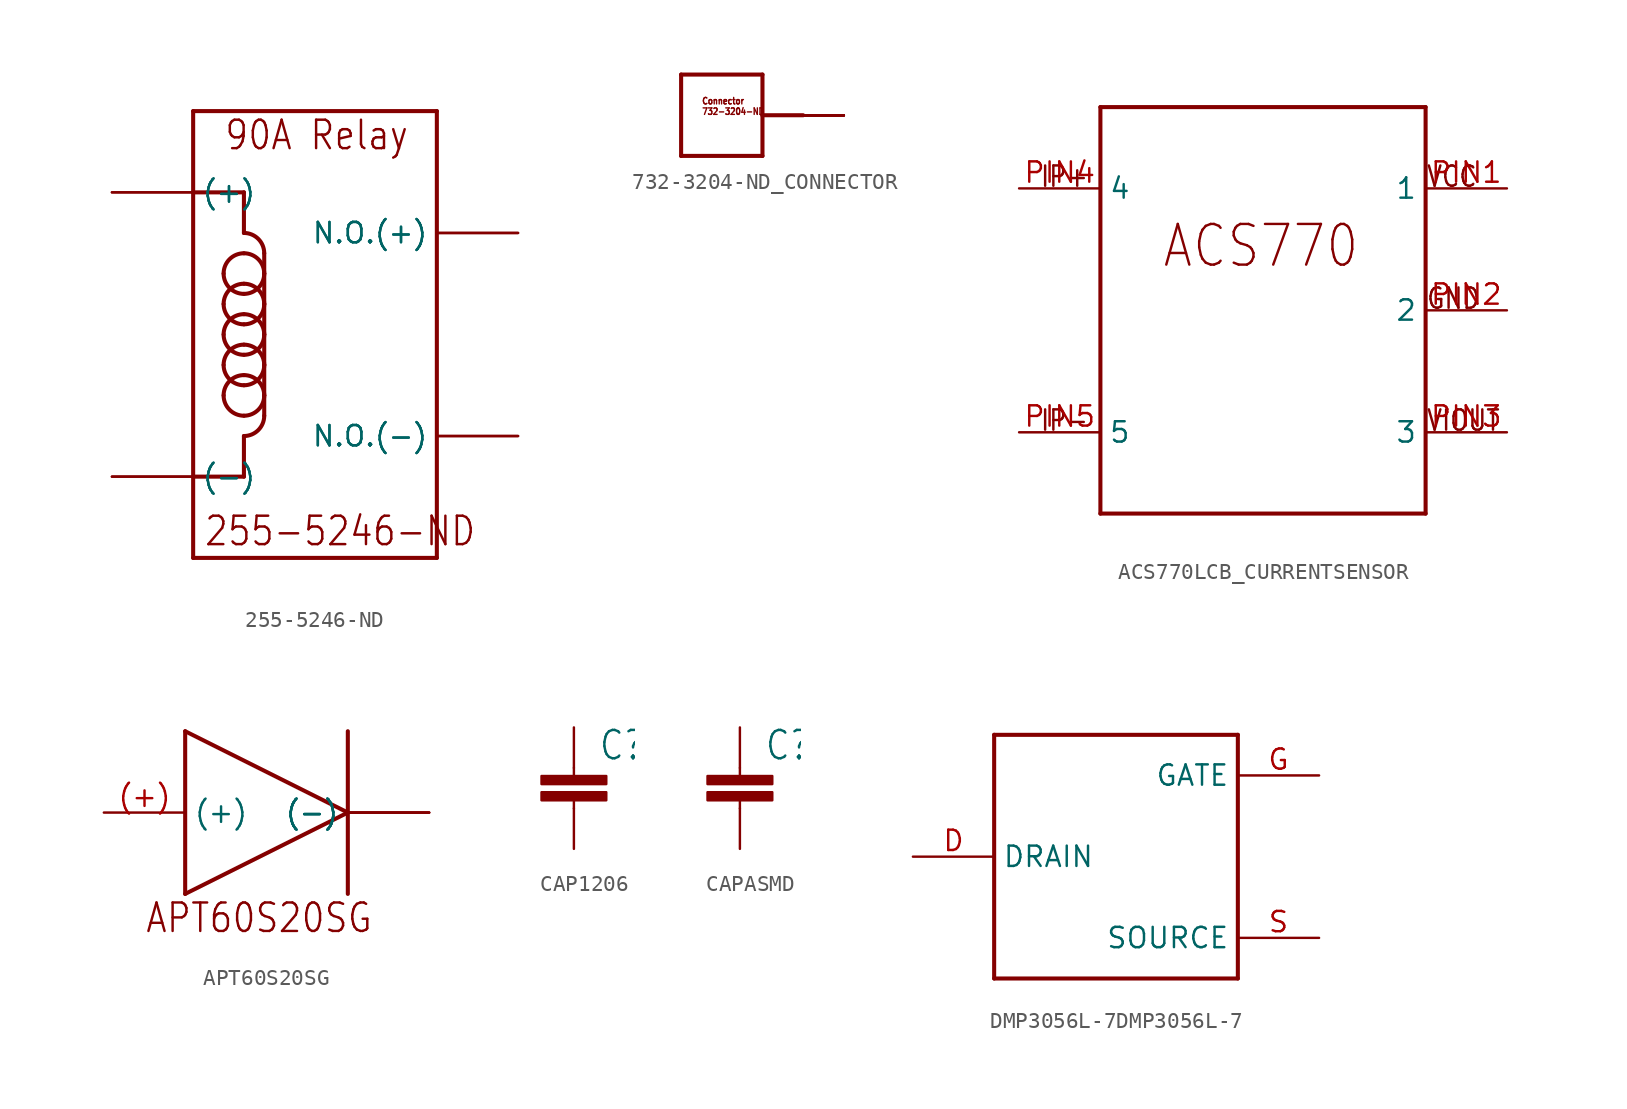
<source format=kicad_sym>
(kicad_symbol_lib
  (version 20220914)
  (generator kicad_symbol_editor)
  (symbol "255-5246-ND"
    (property "Reference" ""
      (at 0 0 0)
      (effects (font (size 1.27 1.27)) hide))
    (property "ki_locked" ""
      (at 0 0 0)
      (effects (font (size 1.27 1.27))))
    (symbol "255-5246-ND_1_0"
      (arc (start -15.875 2.54) (mid -15.503 1.642) (end -14.605 1.27) (stroke (width 0.254) (type solid)) (fill (type none)))
      (arc (start -15.875 4.445) (mid -15.503 3.547) (end -14.605 3.175) (stroke (width 0.254) (type solid)) (fill (type none)))
      (arc (start -15.875 6.35) (mid -15.503 5.452) (end -14.605 5.08) (stroke (width 0.254) (type solid)) (fill (type none)))
      (arc (start -15.875 8.255) (mid -15.503 7.357) (end -14.605 6.985) (stroke (width 0.254) (type solid)) (fill (type none)))
      (arc (start -15.875 10.16) (mid -15.503 9.262) (end -14.605 8.89) (stroke (width 0.254) (type solid)) (fill (type none)))
      (arc (start -14.605 0) (mid -13.707 0.372) (end -13.335 1.27) (stroke (width 0.254) (type solid)) (fill (type none)))
      (arc (start -14.605 1.27) (mid -13.707 1.642) (end -13.335 2.54) (stroke (width 0.254) (type solid)) (fill (type none)))
      (arc (start -14.605 3.175) (mid -13.707 3.547) (end -13.335 4.445) (stroke (width 0.254) (type solid)) (fill (type none)))
      (arc (start -14.605 3.81) (mid -15.503 3.438) (end -15.875 2.54) (stroke (width 0.254) (type solid)) (fill (type none)))
      (arc (start -14.605 5.08) (mid -13.707 5.452) (end -13.335 6.35) (stroke (width 0.254) (type solid)) (fill (type none)))
      (arc (start -14.605 5.715) (mid -15.503 5.343) (end -15.875 4.445) (stroke (width 0.254) (type solid)) (fill (type none)))
      (arc (start -14.605 6.985) (mid -13.707 7.357) (end -13.335 8.255) (stroke (width 0.254) (type solid)) (fill (type none)))
      (arc (start -14.605 7.62) (mid -15.503 7.248) (end -15.875 6.35) (stroke (width 0.254) (type solid)) (fill (type none)))
      (arc (start -14.605 8.89) (mid -13.707 9.262) (end -13.335 10.16) (stroke (width 0.254) (type solid)) (fill (type none)))
      (arc (start -14.605 9.525) (mid -15.503 9.153) (end -15.875 8.255) (stroke (width 0.254) (type solid)) (fill (type none)))
      (arc (start -14.605 11.43) (mid -15.503 11.058) (end -15.875 10.16) (stroke (width 0.254) (type solid)) (fill (type none)))
      (arc (start -13.335 2.54) (mid -13.707 3.438) (end -14.605 3.81) (stroke (width 0.254) (type solid)) (fill (type none)))
      (arc (start -13.335 4.445) (mid -13.707 5.343) (end -14.605 5.715) (stroke (width 0.254) (type solid)) (fill (type none)))
      (arc (start -13.335 6.35) (mid -13.707 7.248) (end -14.605 7.62) (stroke (width 0.254) (type solid)) (fill (type none)))
      (arc (start -13.335 8.255) (mid -13.707 9.153) (end -14.605 9.525) (stroke (width 0.254) (type solid)) (fill (type none)))
      (arc (start -13.335 10.16) (mid -13.707 11.058) (end -14.605 11.43) (stroke (width 0.254) (type solid)) (fill (type none)))
      (arc (start -13.335 11.43) (mid -13.707 12.328) (end -14.605 12.7) (stroke (width 0.254) (type solid)) (fill (type none)))
      (polyline (pts (xy -17.78 -7.62) (xy -17.78 -2.54)) (stroke (width 0.254) (type solid)) (fill (type none)))
      (polyline (pts (xy -17.78 -2.54) (xy -17.78 15.24)) (stroke (width 0.254) (type solid)) (fill (type none)))
      (polyline (pts (xy -17.78 -2.54) (xy -14.605 -2.54)) (stroke (width 0.254) (type solid)) (fill (type none)))
      (polyline (pts (xy -17.78 15.24) (xy -17.78 20.32)) (stroke (width 0.254) (type solid)) (fill (type none)))
      (polyline (pts (xy -17.78 15.24) (xy -14.605 15.24)) (stroke (width 0.254) (type solid)) (fill (type none)))
      (polyline (pts (xy -17.78 20.32) (xy -2.54 20.32)) (stroke (width 0.254) (type solid)) (fill (type none)))
      (polyline (pts (xy -14.605 -2.54) (xy -14.605 0)) (stroke (width 0.254) (type solid)) (fill (type none)))
      (polyline (pts (xy -14.605 15.24) (xy -14.605 12.7)) (stroke (width 0.254) (type solid)) (fill (type none)))
      (polyline (pts (xy -13.335 1.27) (xy -13.335 2.54)) (stroke (width 0.254) (type solid)) (fill (type none)))
      (polyline (pts (xy -13.335 2.54) (xy -13.335 4.445)) (stroke (width 0.254) (type solid)) (fill (type none)))
      (polyline (pts (xy -13.335 4.445) (xy -13.335 6.35)) (stroke (width 0.254) (type solid)) (fill (type none)))
      (polyline (pts (xy -13.335 6.35) (xy -13.335 8.255)) (stroke (width 0.254) (type solid)) (fill (type none)))
      (polyline (pts (xy -13.335 8.255) (xy -13.335 10.16)) (stroke (width 0.254) (type solid)) (fill (type none)))
      (polyline (pts (xy -13.335 10.16) (xy -13.335 11.43)) (stroke (width 0.254) (type solid)) (fill (type none)))
      (polyline (pts (xy -2.54 -7.62) (xy -17.78 -7.62)) (stroke (width 0.254) (type solid)) (fill (type none)))
      (polyline (pts (xy -2.54 20.32) (xy -2.54 -7.62)) (stroke (width 0.254) (type solid)) (fill (type none)))
      (text "255-5246-ND" (at -17.145 -6.985 0) (effects (font (size 1.778 1.511)) (justify left bottom)))
      (text "90A Relay" (at -15.875 17.78 0) (effects (font (size 1.778 1.511)) (justify left bottom)))
      (pin bidirectional line (at -22.86 15.24 0) (length 5.08) (name "(+)" (effects (font (size 1.27 1.27)))) (number "(+)" (effects (font (size 0 0)))))
      (pin bidirectional line (at -22.86 15.24 0) (length 5.08) (name "(+)" (effects (font (size 1.27 1.27)))) (number "(++)" (effects (font (size 0 0)))))
      (pin bidirectional line (at -22.86 -2.54 0) (length 5.08) (name "(-)" (effects (font (size 1.27 1.27)))) (number "(-)" (effects (font (size 0 0)))))
      (pin bidirectional line (at -22.86 -2.54 0) (length 5.08) (name "(-)" (effects (font (size 1.27 1.27)))) (number "(--)" (effects (font (size 0 0)))))
      (pin bidirectional line (at 2.54 12.7 180) (length 5.08) (name "N.O.(+)" (effects (font (size 1.27 1.27)))) (number "NO(+)" (effects (font (size 0 0)))))
      (pin bidirectional line (at 2.54 12.7 180) (length 5.08) (name "N.O.(+)" (effects (font (size 1.27 1.27)))) (number "NO(++)" (effects (font (size 0 0)))))
      (pin bidirectional line (at 2.54 0 180) (length 5.08) (name "N.O.(-)" (effects (font (size 1.27 1.27)))) (number "NO(-)" (effects (font (size 0 0)))))
      (pin bidirectional line (at 2.54 0 180) (length 5.08) (name "N.O.(-)" (effects (font (size 1.27 1.27)))) (number "NO(--)" (effects (font (size 0 0)))))))
  (symbol "732-3204-ND_CONNECTOR"
    (property "Reference" ""
      (at 0 0 0)
      (effects (font (size 1.27 1.27)) hide))
    (property "ki_locked" ""
      (at 0 0 0)
      (effects (font (size 1.27 1.27))))
    (symbol "732-3204-ND_CONNECTOR_1_0"
      (polyline (pts (xy -2.54 -2.54) (xy -2.54 2.54)) (stroke (width 0.254) (type solid)) (fill (type none)))
      (polyline (pts (xy -2.54 2.54) (xy 2.54 2.54)) (stroke (width 0.254) (type solid)) (fill (type none)))
      (polyline (pts (xy 2.54 -2.54) (xy -2.54 -2.54)) (stroke (width 0.254) (type solid)) (fill (type none)))
      (polyline (pts (xy 2.54 0) (xy 2.54 -2.54)) (stroke (width 0.254) (type solid)) (fill (type none)))
      (polyline (pts (xy 2.54 0) (xy 5.08 0)) (stroke (width 0.254) (type solid)) (fill (type none)))
      (polyline (pts (xy 2.54 2.54) (xy 2.54 0)) (stroke (width 0.254) (type solid)) (fill (type none)))
      (text "Connector\n732-3204-ND" (at -1.27 0 0) (effects (font (size 0.406 0.345)) (justify left bottom)))
      (pin bidirectional line (at 7.62 0 180) (length 5.08) (name "P$1" (effects (font (size 0 0)))) (number "P$1" (effects (font (size 0 0)))))
      (pin bidirectional line (at 7.62 0 180) (length 5.08) (name "P$1" (effects (font (size 0 0)))) (number "P$10" (effects (font (size 0 0)))))
      (pin bidirectional line (at 7.62 0 180) (length 5.08) (name "P$1" (effects (font (size 0 0)))) (number "P$2" (effects (font (size 0 0)))))
      (pin bidirectional line (at 7.62 0 180) (length 5.08) (name "P$1" (effects (font (size 0 0)))) (number "P$3" (effects (font (size 0 0)))))
      (pin bidirectional line (at 7.62 0 180) (length 5.08) (name "P$1" (effects (font (size 0 0)))) (number "P$4" (effects (font (size 0 0)))))
      (pin bidirectional line (at 7.62 0 180) (length 5.08) (name "P$1" (effects (font (size 0 0)))) (number "P$5" (effects (font (size 0 0)))))
      (pin bidirectional line (at 7.62 0 180) (length 5.08) (name "P$1" (effects (font (size 0 0)))) (number "P$6" (effects (font (size 0 0)))))
      (pin bidirectional line (at 7.62 0 180) (length 5.08) (name "P$1" (effects (font (size 0 0)))) (number "P$7" (effects (font (size 0 0)))))
      (pin bidirectional line (at 7.62 0 180) (length 5.08) (name "P$1" (effects (font (size 0 0)))) (number "P$8" (effects (font (size 0 0)))))
      (pin bidirectional line (at 7.62 0 180) (length 5.08) (name "P$1" (effects (font (size 0 0)))) (number "P$9" (effects (font (size 0 0)))))))
  (symbol "ACS770LCB_CURRENTSENSOR"
    (property "Reference" ""
      (at 0 0 0)
      (effects (font (size 1.27 1.27)) hide))
    (property "ki_locked" ""
      (at 0 0 0)
      (effects (font (size 1.27 1.27))))
    (symbol "ACS770LCB_CURRENTSENSOR_1_0"
      (polyline (pts (xy -10.16 -12.7) (xy 10.16 -12.7)) (stroke (width 0.254) (type solid)) (fill (type none)))
      (polyline (pts (xy -10.16 12.7) (xy -10.16 -12.7)) (stroke (width 0.254) (type solid)) (fill (type none)))
      (polyline (pts (xy 10.16 -12.7) (xy 10.16 12.7)) (stroke (width 0.254) (type solid)) (fill (type none)))
      (polyline (pts (xy 10.16 12.7) (xy -10.16 12.7)) (stroke (width 0.254) (type solid)) (fill (type none)))
      (text "ACS770" (at -6.35 2.54 0) (effects (font (size 2.54 2.159)) (justify left bottom)))
      (text "GND" (at 10.16 0 0) (effects (font (size 1.27 1.079)) (justify left bottom)))
      (text "IP+" (at -13.97 7.62 0) (effects (font (size 1.27 1.079)) (justify left bottom)))
      (text "IP-" (at -13.97 -7.62 0) (effects (font (size 1.27 1.079)) (justify left bottom)))
      (text "VCC" (at 10.16 7.62 0) (effects (font (size 1.27 1.079)) (justify left bottom)))
      (text "VIOUT" (at 10.16 -7.62 0) (effects (font (size 1.27 1.079)) (justify left bottom)))
      (pin bidirectional line (at 15.24 7.62 180) (length 5.08) (name "1" (effects (font (size 1.27 1.27)))) (number "PIN1" (effects (font (size 1.27 1.27)))))
      (pin bidirectional line (at 15.24 0 180) (length 5.08) (name "2" (effects (font (size 1.27 1.27)))) (number "PIN2" (effects (font (size 1.27 1.27)))))
      (pin bidirectional line (at 15.24 -7.62 180) (length 5.08) (name "3" (effects (font (size 1.27 1.27)))) (number "PIN3" (effects (font (size 1.27 1.27)))))
      (pin bidirectional line (at -15.24 7.62 0) (length 5.08) (name "4" (effects (font (size 1.27 1.27)))) (number "PIN4" (effects (font (size 1.27 1.27)))))
      (pin bidirectional line (at -15.24 -7.62 0) (length 5.08) (name "5" (effects (font (size 1.27 1.27)))) (number "PIN5" (effects (font (size 1.27 1.27)))))))
  (symbol "APT60S20SG"
    (property "Reference" ""
      (at 0 0 0)
      (effects (font (size 1.27 1.27)) hide))
    (property "ki_locked" ""
      (at 0 0 0)
      (effects (font (size 1.27 1.27))))
    (symbol "APT60S20SG_1_0"
      (polyline (pts (xy -2.54 -5.08) (xy 7.62 0)) (stroke (width 0.254) (type solid)) (fill (type none)))
      (polyline (pts (xy -2.54 5.08) (xy -2.54 -5.08)) (stroke (width 0.254) (type solid)) (fill (type none)))
      (polyline (pts (xy 7.62 0) (xy -2.54 5.08)) (stroke (width 0.254) (type solid)) (fill (type none)))
      (polyline (pts (xy 7.62 0) (xy 7.62 -5.08)) (stroke (width 0.254) (type solid)) (fill (type none)))
      (polyline (pts (xy 7.62 5.08) (xy 7.62 0)) (stroke (width 0.254) (type solid)) (fill (type none)))
      (text "APT60S20SG" (at -5.08 -7.62 0) (effects (font (size 1.778 1.511)) (justify left bottom)))
      (pin bidirectional line (at -7.62 0 0) (length 5.08) (name "(+)" (effects (font (size 1.27 1.27)))) (number "(+)" (effects (font (size 1.27 1.27)))))
      (pin bidirectional line (at 12.7 0 180) (length 5.08) (name "(-)" (effects (font (size 1.27 1.27)))) (number "(-)" (effects (font (size 0 0)))))
      (pin bidirectional line (at 12.7 0 180) (length 5.08) (name "(-)" (effects (font (size 1.27 1.27)))) (number "C@1" (effects (font (size 0 0)))))
      (pin bidirectional line (at 12.7 0 180) (length 5.08) (name "(-)" (effects (font (size 1.27 1.27)))) (number "C@2" (effects (font (size 0 0)))))))
  (symbol "CAP1206"
    (property "Reference" "C"
      (at 1.524 2.921 0)
      (effects (font (size 1.778 1.511)) (justify left bottom)))
    (property "Value" ""
      (at 1.524 -2.159 0)
      (effects (font (size 1.778 1.511)) (justify left bottom)))
    (property "ki_locked" ""
      (at 0 0 0)
      (effects (font (size 1.27 1.27))))
    (symbol "CAP1206_1_0"
      (rectangle (start -2.032 0.508) (end 2.032 1.016) (stroke (width 0) (type default)) (fill (type outline)))
      (rectangle (start -2.032 1.524) (end 2.032 2.032) (stroke (width 0) (type default)) (fill (type outline)))
      (polyline (pts (xy 0 0) (xy 0 0.508)) (stroke (width 0.152) (type solid)) (fill (type none)))
      (polyline (pts (xy 0 2.54) (xy 0 2.032)) (stroke (width 0.152) (type solid)) (fill (type none)))
      (pin passive line (at 0 5.08 270) (length 2.54) (name "1" (effects (font (size 0 0)))) (number "1" (effects (font (size 0 0)))))
      (pin passive line (at 0 -2.54 90) (length 2.54) (name "2" (effects (font (size 0 0)))) (number "2" (effects (font (size 0 0)))))))
  (symbol "CAPASMD"
    (property "Reference" "C"
      (at 1.524 2.921 0)
      (effects (font (size 1.778 1.511)) (justify left bottom)))
    (property "Value" ""
      (at 1.524 -2.159 0)
      (effects (font (size 1.778 1.511)) (justify left bottom)))
    (property "ki_locked" ""
      (at 0 0 0)
      (effects (font (size 1.27 1.27))))
    (symbol "CAPASMD_1_0"
      (rectangle (start -2.032 0.508) (end 2.032 1.016) (stroke (width 0) (type default)) (fill (type outline)))
      (rectangle (start -2.032 1.524) (end 2.032 2.032) (stroke (width 0) (type default)) (fill (type outline)))
      (polyline (pts (xy 0 0) (xy 0 0.508)) (stroke (width 0.152) (type solid)) (fill (type none)))
      (polyline (pts (xy 0 2.54) (xy 0 2.032)) (stroke (width 0.152) (type solid)) (fill (type none)))
      (pin passive line (at 0 5.08 270) (length 2.54) (name "1" (effects (font (size 0 0)))) (number "+" (effects (font (size 0 0)))))
      (pin passive line (at 0 -2.54 90) (length 2.54) (name "2" (effects (font (size 0 0)))) (number "-" (effects (font (size 0 0)))))))
  (symbol "DMP3056L-7DMP3056L-7"
    (property "Reference" ""
      (at -7.62 7.62 0)
      (effects (font (size 1.27 1.079)) (justify left bottom) hide))
    (property "ki_locked" ""
      (at 0 0 0)
      (effects (font (size 1.27 1.27))))
    (symbol "DMP3056L-7DMP3056L-7_1_0"
      (polyline (pts (xy -7.62 -7.62) (xy 7.62 -7.62)) (stroke (width 0.254) (type solid)) (fill (type none)))
      (polyline (pts (xy -7.62 7.62) (xy -7.62 -7.62)) (stroke (width 0.254) (type solid)) (fill (type none)))
      (polyline (pts (xy 7.62 -7.62) (xy 7.62 7.62)) (stroke (width 0.254) (type solid)) (fill (type none)))
      (polyline (pts (xy 7.62 7.62) (xy -7.62 7.62)) (stroke (width 0.254) (type solid)) (fill (type none)))
      (pin bidirectional line (at -12.7 0 0) (length 5.08) (name "DRAIN" (effects (font (size 1.27 1.27)))) (number "D" (effects (font (size 1.27 1.27)))))
      (pin bidirectional line (at 12.7 5.08 180) (length 5.08) (name "GATE" (effects (font (size 1.27 1.27)))) (number "G" (effects (font (size 1.27 1.27)))))
      (pin bidirectional line (at 12.7 -5.08 180) (length 5.08) (name "SOURCE" (effects (font (size 1.27 1.27)))) (number "S" (effects (font (size 1.27 1.27))))))))
</source>
